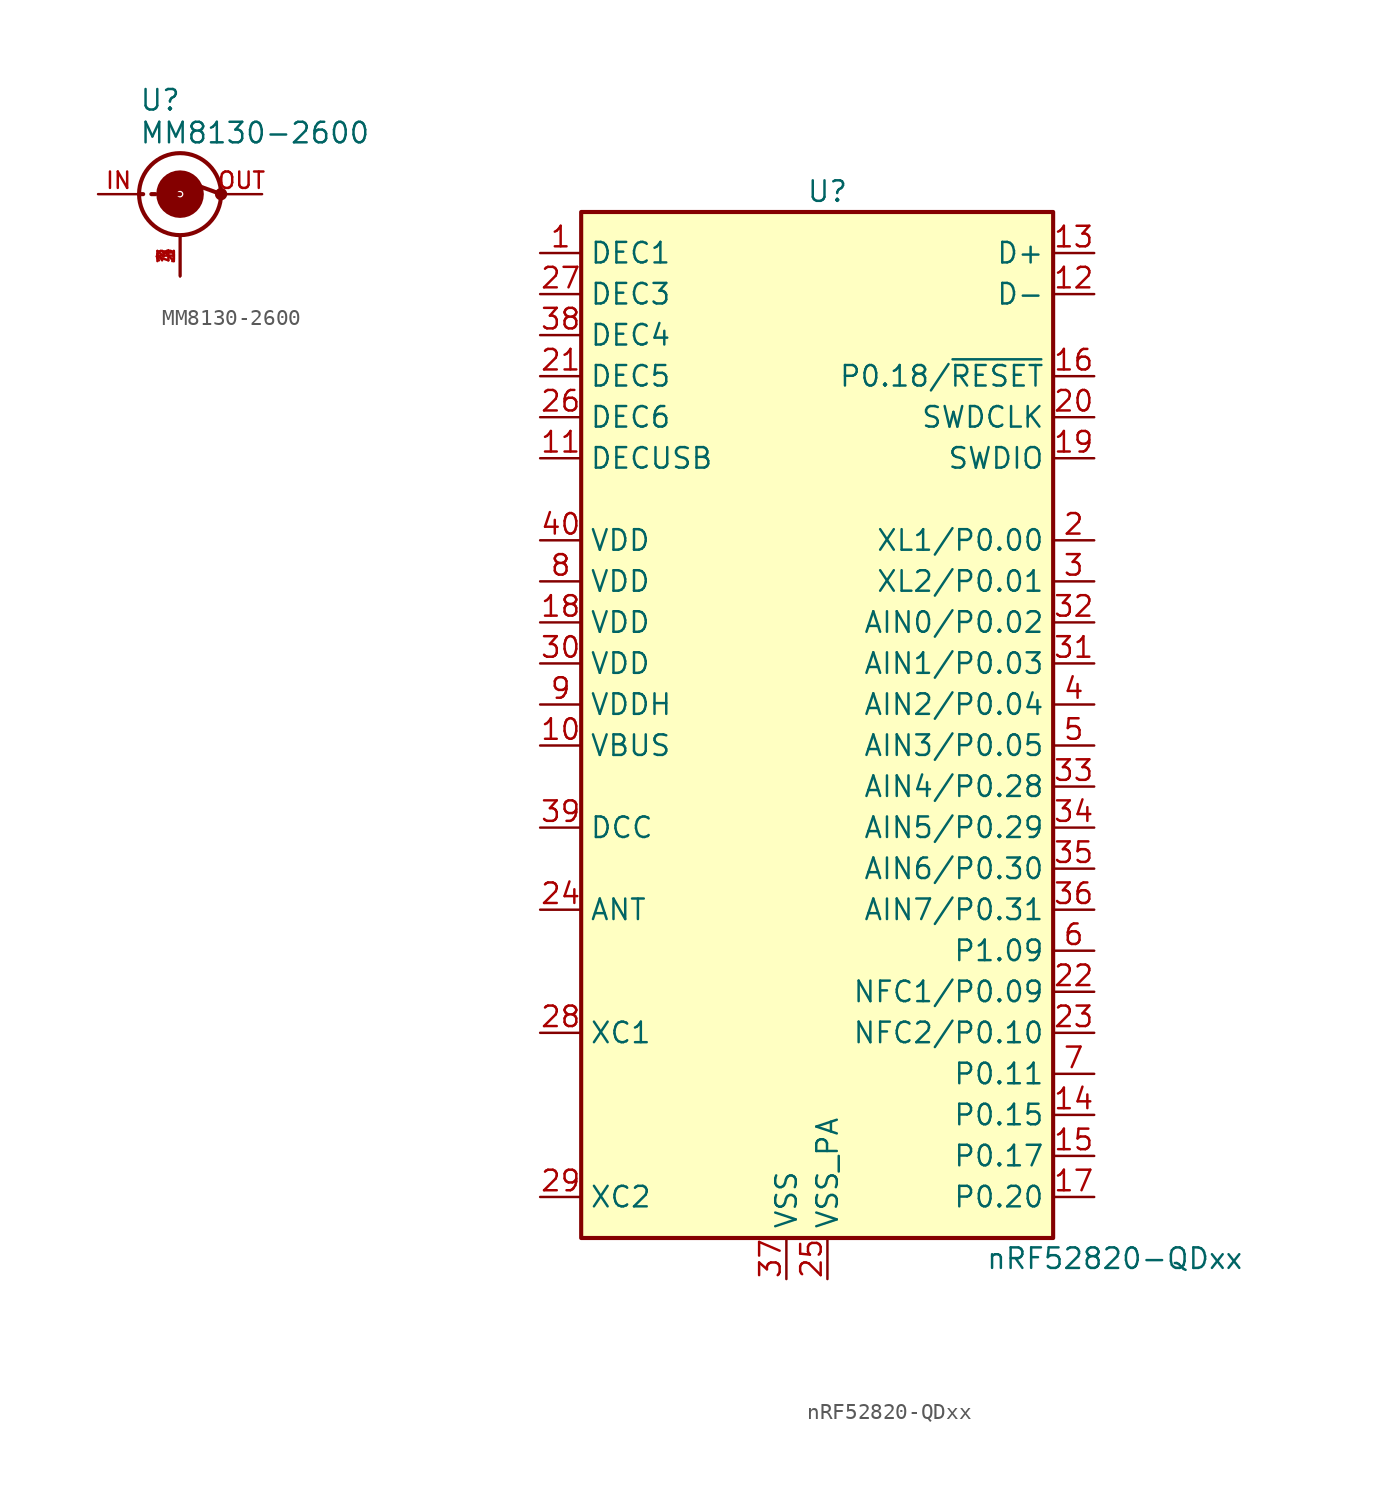
<source format=kicad_sym>
(kicad_symbol_lib
  (version 20211014)
  (generator kicad_symbol_editor)
  (symbol "MM8130-2600"
    (pin_names
      (offset 1.016))
    (property "Reference" "U"
      (at -2.54 5.08 0)
      (effects (font (size 1.27 1.27)) (justify left bottom)))
    (property "Value" "MM8130-2600"
      (at -2.54 3.048 0)
      (effects (font (size 1.27 1.27)) (justify left bottom)))
    (symbol "MM8130-2600_0_0"
      (polyline (pts (xy -2.54 0) (xy -2.286 0)) (stroke (width 0.254) (type default) (color 0 0 0 0)) (fill (type none)))
      (polyline (pts (xy -1.524 0) (xy -1.778 0)) (stroke (width 0.254) (type default) (color 0 0 0 0)) (fill (type none)))
      (polyline (pts (xy 0 0) (xy -1.016 0)) (stroke (width 0.254) (type default) (color 0 0 0 0)) (fill (type none)))
      (polyline (pts (xy 2.54 0) (xy -0.254 1.016)) (stroke (width 0.254) (type default) (color 0 0 0 0)) (fill (type none)))
      (circle (center 0 0) (radius 0.203) (stroke (width 1.27) (type default) (color 0 0 0 0)) (fill (type none)))
      (circle (center 0 0) (radius 2.54) (stroke (width 0.254) (type default) (color 0 0 0 0)) (fill (type none)))
      (circle (center 2.54 0) (radius 0.254) (stroke (width 0.254) (type default) (color 0 0 0 0)) (fill (type none)))
      (pin passive line (at 0 -5.08 90) (length 2.54) (name "~" (effects (font (size 1.016 1.016)))) (number "1" (effects (font (size 1.016 1.016)))))
      (pin passive line (at 0 -5.08 90) (length 2.54) (name "~" (effects (font (size 1.016 1.016)))) (number "2" (effects (font (size 1.016 1.016)))))
      (pin passive line (at 0 -5.08 90) (length 2.54) (name "~" (effects (font (size 1.016 1.016)))) (number "3" (effects (font (size 1.016 1.016)))))
      (pin passive line (at 0 -5.08 90) (length 2.54) (name "~" (effects (font (size 1.016 1.016)))) (number "4" (effects (font (size 1.016 1.016)))))
      (pin passive line (at -5.08 0 0) (length 2.54) (name "~" (effects (font (size 1.016 1.016)))) (number "IN" (effects (font (size 1.016 1.016)))))
      (pin passive line (at 5.08 0 180) (length 2.54) (name "~" (effects (font (size 1.016 1.016)))) (number "OUT" (effects (font (size 1.016 1.016)))))))
  (symbol "nRF52820-QDxx"
    (property "Reference" "U"
      (at 15.24 1.27 0)
      (effects (font (size 1.27 1.27))))
    (property "Value" "nRF52820-QDxx"
      (at 33.02 -64.77 0)
      (effects (font (size 1.27 1.27))))
    (symbol "nRF52820-QDxx_0_1"
      (rectangle (start 0 0) (end 29.21 -63.5) (stroke (width 0.254) (type default) (color 0 0 0 0)) (fill (type background))))
    (symbol "nRF52820-QDxx_1_1"
      (pin passive line (at -2.54 -2.54 0) (length 2.54) (name "DEC1" (effects (font (size 1.27 1.27)))) (number "1" (effects (font (size 1.27 1.27)))))
      (pin power_in line (at -2.54 -33.02 0) (length 2.54) (name "VBUS" (effects (font (size 1.27 1.27)))) (number "10" (effects (font (size 1.27 1.27)))))
      (pin passive line (at -2.54 -15.24 0) (length 2.54) (name "DECUSB" (effects (font (size 1.27 1.27)))) (number "11" (effects (font (size 1.27 1.27)))))
      (pin bidirectional line (at 31.75 -5.08 180) (length 2.54) (name "D-" (effects (font (size 1.27 1.27)))) (number "12" (effects (font (size 1.27 1.27)))))
      (pin bidirectional line (at 31.75 -2.54 180) (length 2.54) (name "D+" (effects (font (size 1.27 1.27)))) (number "13" (effects (font (size 1.27 1.27)))))
      (pin bidirectional line (at 31.75 -55.88 180) (length 2.54) (name "P0.15" (effects (font (size 1.27 1.27)))) (number "14" (effects (font (size 1.27 1.27)))))
      (pin bidirectional line (at 31.75 -58.42 180) (length 2.54) (name "P0.17" (effects (font (size 1.27 1.27)))) (number "15" (effects (font (size 1.27 1.27)))))
      (pin bidirectional line (at 31.75 -10.16 180) (length 2.54) (name "P0.18/~{RESET}" (effects (font (size 1.27 1.27)))) (number "16" (effects (font (size 1.27 1.27)))))
      (pin bidirectional line (at 31.75 -60.96 180) (length 2.54) (name "P0.20" (effects (font (size 1.27 1.27)))) (number "17" (effects (font (size 1.27 1.27)))))
      (pin power_in line (at -2.54 -25.4 0) (length 2.54) (name "VDD" (effects (font (size 1.27 1.27)))) (number "18" (effects (font (size 1.27 1.27)))))
      (pin bidirectional line (at 31.75 -15.24 180) (length 2.54) (name "SWDIO" (effects (font (size 1.27 1.27)))) (number "19" (effects (font (size 1.27 1.27)))))
      (pin bidirectional line (at 31.75 -20.32 180) (length 2.54) (name "XL1/P0.00" (effects (font (size 1.27 1.27)))) (number "2" (effects (font (size 1.27 1.27)))))
      (pin input line (at 31.75 -12.7 180) (length 2.54) (name "SWDCLK" (effects (font (size 1.27 1.27)))) (number "20" (effects (font (size 1.27 1.27)))))
      (pin passive line (at -2.54 -10.16 0) (length 2.54) (name "DEC5" (effects (font (size 1.27 1.27)))) (number "21" (effects (font (size 1.27 1.27)))))
      (pin bidirectional line (at 31.75 -48.26 180) (length 2.54) (name "NFC1/P0.09" (effects (font (size 1.27 1.27)))) (number "22" (effects (font (size 1.27 1.27)))))
      (pin bidirectional line (at 31.75 -50.8 180) (length 2.54) (name "NFC2/P0.10" (effects (font (size 1.27 1.27)))) (number "23" (effects (font (size 1.27 1.27)))))
      (pin passive line (at -2.54 -43.18 0) (length 2.54) (name "ANT" (effects (font (size 1.27 1.27)))) (number "24" (effects (font (size 1.27 1.27)))))
      (pin power_in line (at 15.24 -66.04 90) (length 2.54) (name "VSS_PA" (effects (font (size 1.27 1.27)))) (number "25" (effects (font (size 1.27 1.27)))))
      (pin passive line (at -2.54 -12.7 0) (length 2.54) (name "DEC6" (effects (font (size 1.27 1.27)))) (number "26" (effects (font (size 1.27 1.27)))))
      (pin passive line (at -2.54 -5.08 0) (length 2.54) (name "DEC3" (effects (font (size 1.27 1.27)))) (number "27" (effects (font (size 1.27 1.27)))))
      (pin input line (at -2.54 -50.8 0) (length 2.54) (name "XC1" (effects (font (size 1.27 1.27)))) (number "28" (effects (font (size 1.27 1.27)))))
      (pin input line (at -2.54 -60.96 0) (length 2.54) (name "XC2" (effects (font (size 1.27 1.27)))) (number "29" (effects (font (size 1.27 1.27)))))
      (pin bidirectional line (at 31.75 -22.86 180) (length 2.54) (name "XL2/P0.01" (effects (font (size 1.27 1.27)))) (number "3" (effects (font (size 1.27 1.27)))))
      (pin power_in line (at -2.54 -27.94 0) (length 2.54) (name "VDD" (effects (font (size 1.27 1.27)))) (number "30" (effects (font (size 1.27 1.27)))))
      (pin bidirectional line (at 31.75 -27.94 180) (length 2.54) (name "AIN1/P0.03" (effects (font (size 1.27 1.27)))) (number "31" (effects (font (size 1.27 1.27)))))
      (pin bidirectional line (at 31.75 -25.4 180) (length 2.54) (name "AIN0/P0.02" (effects (font (size 1.27 1.27)))) (number "32" (effects (font (size 1.27 1.27)))))
      (pin bidirectional line (at 31.75 -35.56 180) (length 2.54) (name "AIN4/P0.28" (effects (font (size 1.27 1.27)))) (number "33" (effects (font (size 1.27 1.27)))))
      (pin bidirectional line (at 31.75 -38.1 180) (length 2.54) (name "AIN5/P0.29" (effects (font (size 1.27 1.27)))) (number "34" (effects (font (size 1.27 1.27)))))
      (pin bidirectional line (at 31.75 -40.64 180) (length 2.54) (name "AIN6/P0.30" (effects (font (size 1.27 1.27)))) (number "35" (effects (font (size 1.27 1.27)))))
      (pin bidirectional line (at 31.75 -43.18 180) (length 2.54) (name "AIN7/P0.31" (effects (font (size 1.27 1.27)))) (number "36" (effects (font (size 1.27 1.27)))))
      (pin power_in line (at 12.7 -66.04 90) (length 2.54) (name "VSS" (effects (font (size 1.27 1.27)))) (number "37" (effects (font (size 1.27 1.27)))))
      (pin passive line (at -2.54 -7.62 0) (length 2.54) (name "DEC4" (effects (font (size 1.27 1.27)))) (number "38" (effects (font (size 1.27 1.27)))))
      (pin power_out line (at -2.54 -38.1 0) (length 2.54) (name "DCC" (effects (font (size 1.27 1.27)))) (number "39" (effects (font (size 1.27 1.27)))))
      (pin bidirectional line (at 31.75 -30.48 180) (length 2.54) (name "AIN2/P0.04" (effects (font (size 1.27 1.27)))) (number "4" (effects (font (size 1.27 1.27)))))
      (pin power_in line (at -2.54 -20.32 0) (length 2.54) (name "VDD" (effects (font (size 1.27 1.27)))) (number "40" (effects (font (size 1.27 1.27)))))
      (pin passive line (at 12.7 -66.04 90) (length 2.54) hide (name "VSS" (effects (font (size 1.27 1.27)))) (number "41" (effects (font (size 1.27 1.27)))))
      (pin bidirectional line (at 31.75 -33.02 180) (length 2.54) (name "AIN3/P0.05" (effects (font (size 1.27 1.27)))) (number "5" (effects (font (size 1.27 1.27)))))
      (pin bidirectional line (at 31.75 -45.72 180) (length 2.54) (name "P1.09" (effects (font (size 1.27 1.27)))) (number "6" (effects (font (size 1.27 1.27)))))
      (pin bidirectional line (at 31.75 -53.34 180) (length 2.54) (name "P0.11" (effects (font (size 1.27 1.27)))) (number "7" (effects (font (size 1.27 1.27)))))
      (pin power_in line (at -2.54 -22.86 0) (length 2.54) (name "VDD" (effects (font (size 1.27 1.27)))) (number "8" (effects (font (size 1.27 1.27)))))
      (pin power_in line (at -2.54 -30.48 0) (length 2.54) (name "VDDH" (effects (font (size 1.27 1.27)))) (number "9" (effects (font (size 1.27 1.27))))))))
</source>
